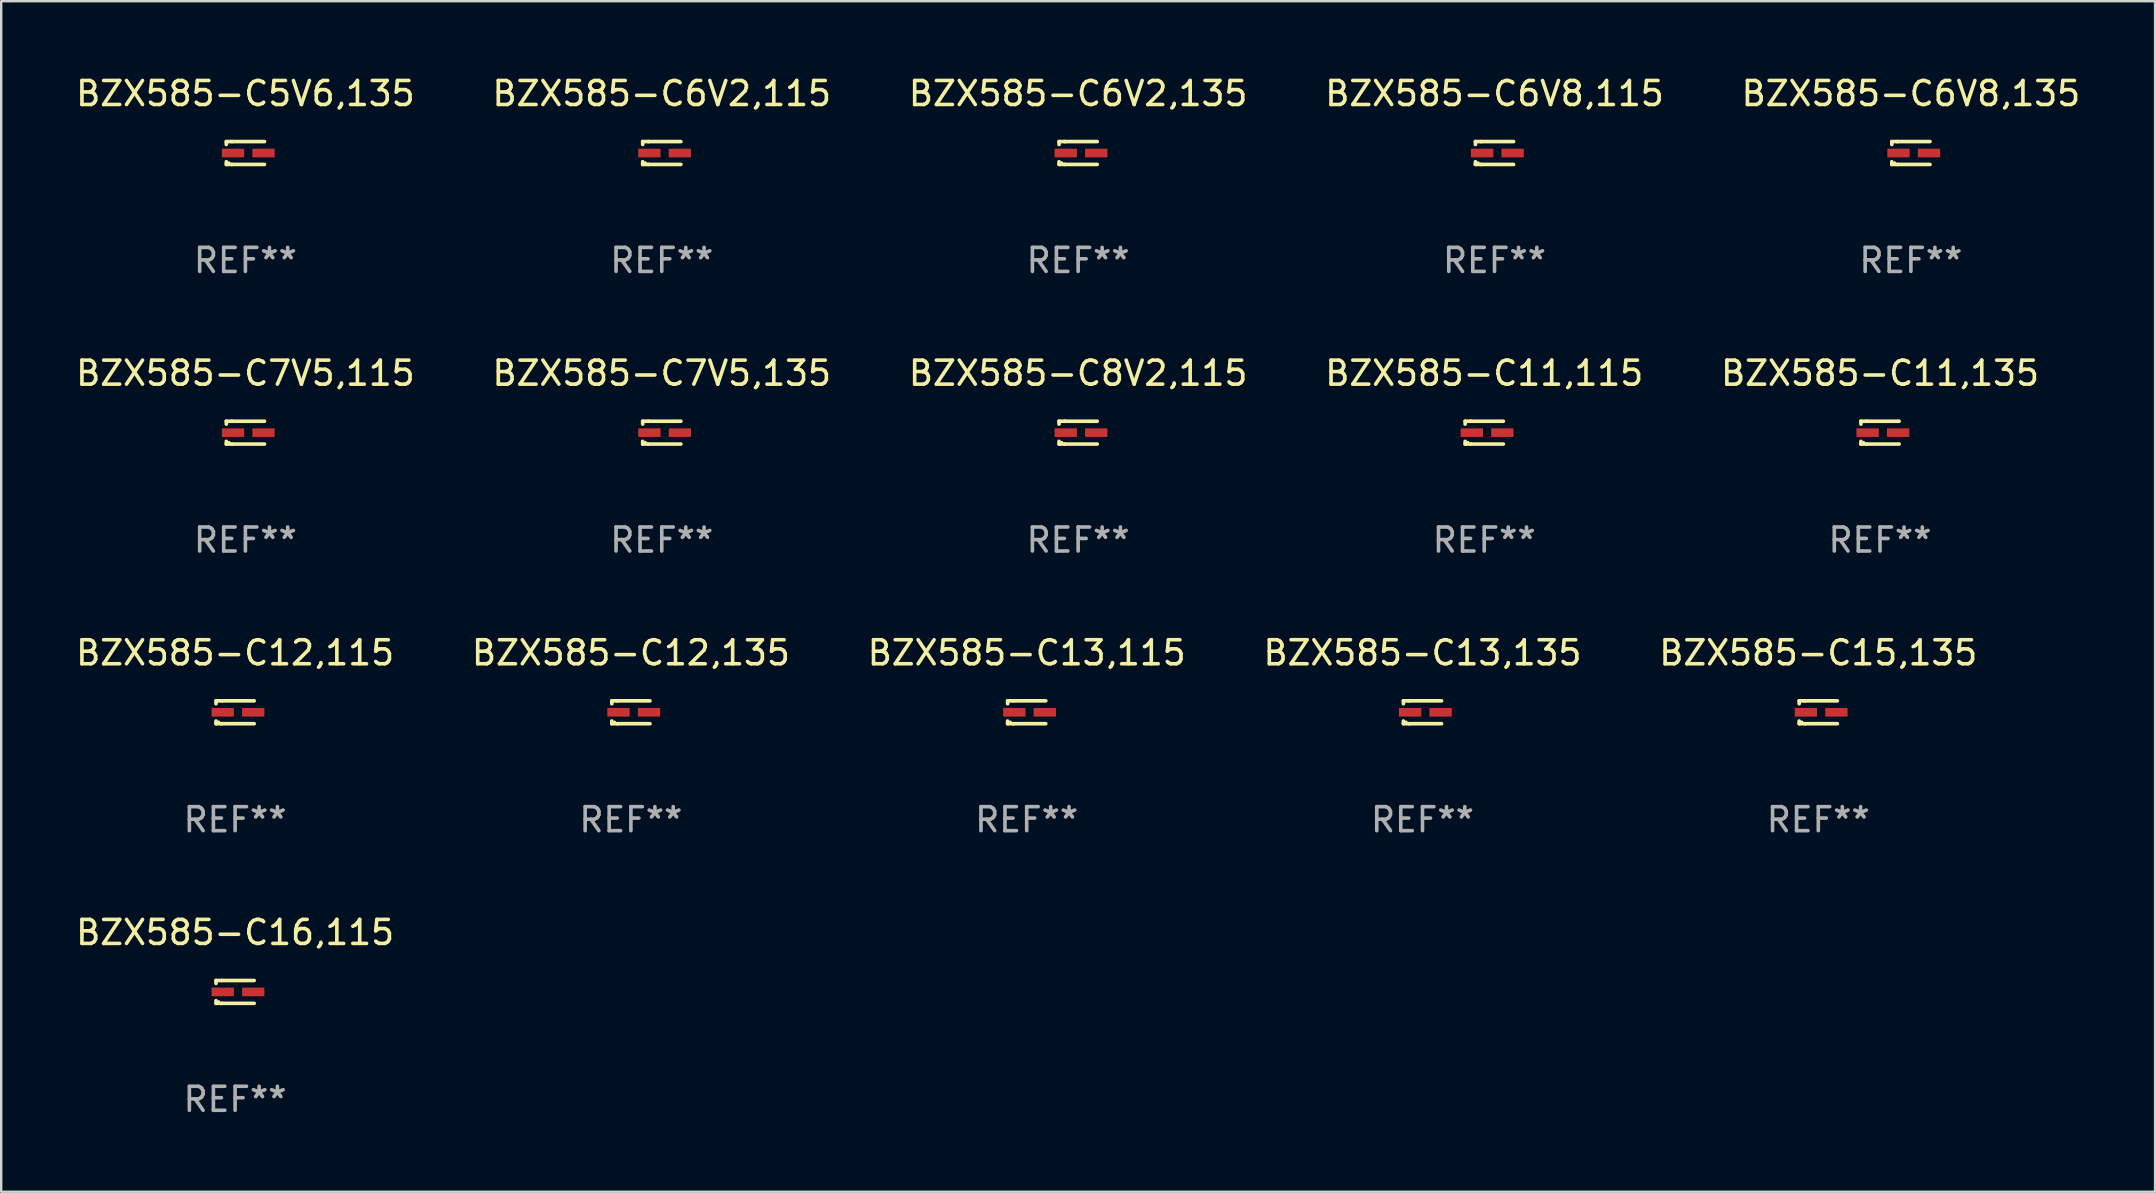
<source format=kicad_pcb>
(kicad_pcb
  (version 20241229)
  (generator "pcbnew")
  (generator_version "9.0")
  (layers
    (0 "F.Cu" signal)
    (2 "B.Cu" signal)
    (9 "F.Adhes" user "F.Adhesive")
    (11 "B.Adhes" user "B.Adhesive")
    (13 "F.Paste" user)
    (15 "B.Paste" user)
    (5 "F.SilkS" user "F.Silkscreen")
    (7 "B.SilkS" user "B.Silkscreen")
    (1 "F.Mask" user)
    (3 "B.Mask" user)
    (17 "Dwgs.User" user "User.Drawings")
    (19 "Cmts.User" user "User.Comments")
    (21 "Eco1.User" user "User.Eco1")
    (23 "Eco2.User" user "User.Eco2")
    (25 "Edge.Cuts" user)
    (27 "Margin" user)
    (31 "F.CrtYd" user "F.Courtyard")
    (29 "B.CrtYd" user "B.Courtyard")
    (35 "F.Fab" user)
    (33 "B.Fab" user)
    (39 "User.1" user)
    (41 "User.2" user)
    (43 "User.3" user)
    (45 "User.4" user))
  (footprint "BZX585-C11,135"
    (layer "F.Cu")
    (at 75.268 14.973)
    (property "Reference" "BZX585-C11,135" (at 0 -2.476 0) (layer "F.SilkS") (effects (font (size 1 1) (thickness 0.15))))
    (attr through_hole)
    (fp_line (start -0.795 -0.476) (end -0.795 -0.356) (stroke (width 0.152) (type solid)) (layer "F.SilkS"))
    (fp_line (start -0.795 0.363) (end -0.795 0.476) (stroke (width 0.152) (type solid)) (layer "F.SilkS"))
    (fp_line (start -0.795 0.476) (end -0.557 0.476) (stroke (width 0.152) (type solid)) (layer "F.SilkS"))
    (fp_line (start -0.557 -0.476) (end -0.795 -0.476) (stroke (width 0.152) (type solid)) (layer "F.SilkS"))
    (fp_line (start -0.557 -0.476) (end 0.795 -0.476) (stroke (width 0.152) (type solid)) (layer "F.SilkS"))
    (fp_line (start -0.557 0.476) (end 0.795 0.476) (stroke (width 0.152) (type solid)) (layer "F.SilkS"))
    (fp_circle (center -0.681 0.4) (end -0.651 0.4) (stroke (width 0.06) (type solid)) (fill no) (layer "F.SilkS"))
    (fp_text user "REF**" (at 0 4.476 0) (layer "F.Fab") (effects (font (size 1 1) (thickness 0.15))))
    (pad "1" smd rect (at -0.516 0 180) (size 0.93 0.36) (layers "F.Cu" "F.Mask" "F.Paste"))
    (pad "2" smd rect (at 0.754 0 180) (size 0.93 0.36) (layers "F.Cu" "F.Mask" "F.Paste")))
  (footprint "BZX585-C5V6,135"
    (layer "F.Cu")
    (at 7.173 3.324)
    (property "Reference" "BZX585-C5V6,135" (at 0 -2.476 0) (layer "F.SilkS") (effects (font (size 1 1) (thickness 0.15))))
    (attr through_hole)
    (fp_line (start -0.795 -0.476) (end -0.795 -0.356) (stroke (width 0.152) (type solid)) (layer "F.SilkS"))
    (fp_line (start -0.795 0.363) (end -0.795 0.476) (stroke (width 0.152) (type solid)) (layer "F.SilkS"))
    (fp_line (start -0.795 0.476) (end -0.557 0.476) (stroke (width 0.152) (type solid)) (layer "F.SilkS"))
    (fp_line (start -0.557 -0.476) (end -0.795 -0.476) (stroke (width 0.152) (type solid)) (layer "F.SilkS"))
    (fp_line (start -0.557 -0.476) (end 0.795 -0.476) (stroke (width 0.152) (type solid)) (layer "F.SilkS"))
    (fp_line (start -0.557 0.476) (end 0.795 0.476) (stroke (width 0.152) (type solid)) (layer "F.SilkS"))
    (fp_circle (center -0.681 0.4) (end -0.651 0.4) (stroke (width 0.06) (type solid)) (fill no) (layer "F.SilkS"))
    (fp_text user "REF**" (at 0 4.476 0) (layer "F.Fab") (effects (font (size 1 1) (thickness 0.15))))
    (pad "1" smd rect (at -0.516 0 180) (size 0.93 0.36) (layers "F.Cu" "F.Mask" "F.Paste"))
    (pad "2" smd rect (at 0.754 0 180) (size 0.93 0.36) (layers "F.Cu" "F.Mask" "F.Paste")))
  (footprint "BZX585-C6V8,115"
    (layer "F.Cu")
    (at 59.208 3.324)
    (property "Reference" "BZX585-C6V8,115" (at 0 -2.476 0) (layer "F.SilkS") (effects (font (size 1 1) (thickness 0.15))))
    (attr through_hole)
    (fp_line (start -0.795 -0.476) (end -0.795 -0.356) (stroke (width 0.152) (type solid)) (layer "F.SilkS"))
    (fp_line (start -0.795 0.363) (end -0.795 0.476) (stroke (width 0.152) (type solid)) (layer "F.SilkS"))
    (fp_line (start -0.795 0.476) (end -0.557 0.476) (stroke (width 0.152) (type solid)) (layer "F.SilkS"))
    (fp_line (start -0.557 -0.476) (end -0.795 -0.476) (stroke (width 0.152) (type solid)) (layer "F.SilkS"))
    (fp_line (start -0.557 -0.476) (end 0.795 -0.476) (stroke (width 0.152) (type solid)) (layer "F.SilkS"))
    (fp_line (start -0.557 0.476) (end 0.795 0.476) (stroke (width 0.152) (type solid)) (layer "F.SilkS"))
    (fp_circle (center -0.681 0.4) (end -0.651 0.4) (stroke (width 0.06) (type solid)) (fill no) (layer "F.SilkS"))
    (fp_text user "REF**" (at 0 4.476 0) (layer "F.Fab") (effects (font (size 1 1) (thickness 0.15))))
    (pad "1" smd rect (at -0.516 0 180) (size 0.93 0.36) (layers "F.Cu" "F.Mask" "F.Paste"))
    (pad "2" smd rect (at 0.754 0 180) (size 0.93 0.36) (layers "F.Cu" "F.Mask" "F.Paste")))
  (footprint "BZX585-C8V2,115"
    (layer "F.Cu")
    (at 41.863 14.973)
    (property "Reference" "BZX585-C8V2,115" (at 0 -2.476 0) (layer "F.SilkS") (effects (font (size 1 1) (thickness 0.15))))
    (attr through_hole)
    (fp_line (start -0.795 -0.476) (end -0.795 -0.356) (stroke (width 0.152) (type solid)) (layer "F.SilkS"))
    (fp_line (start -0.795 0.363) (end -0.795 0.476) (stroke (width 0.152) (type solid)) (layer "F.SilkS"))
    (fp_line (start -0.795 0.476) (end -0.557 0.476) (stroke (width 0.152) (type solid)) (layer "F.SilkS"))
    (fp_line (start -0.557 -0.476) (end -0.795 -0.476) (stroke (width 0.152) (type solid)) (layer "F.SilkS"))
    (fp_line (start -0.557 -0.476) (end 0.795 -0.476) (stroke (width 0.152) (type solid)) (layer "F.SilkS"))
    (fp_line (start -0.557 0.476) (end 0.795 0.476) (stroke (width 0.152) (type solid)) (layer "F.SilkS"))
    (fp_circle (center -0.681 0.4) (end -0.651 0.4) (stroke (width 0.06) (type solid)) (fill no) (layer "F.SilkS"))
    (fp_text user "REF**" (at 0 4.476 0) (layer "F.Fab") (effects (font (size 1 1) (thickness 0.15))))
    (pad "1" smd rect (at -0.516 0 180) (size 0.93 0.36) (layers "F.Cu" "F.Mask" "F.Paste"))
    (pad "2" smd rect (at 0.754 0 180) (size 0.93 0.36) (layers "F.Cu" "F.Mask" "F.Paste")))
  (footprint "BZX585-C7V5,135"
    (layer "F.Cu")
    (at 24.518 14.973)
    (property "Reference" "BZX585-C7V5,135" (at 0 -2.476 0) (layer "F.SilkS") (effects (font (size 1 1) (thickness 0.15))))
    (attr through_hole)
    (fp_line (start -0.795 -0.476) (end -0.795 -0.356) (stroke (width 0.152) (type solid)) (layer "F.SilkS"))
    (fp_line (start -0.795 0.363) (end -0.795 0.476) (stroke (width 0.152) (type solid)) (layer "F.SilkS"))
    (fp_line (start -0.795 0.476) (end -0.557 0.476) (stroke (width 0.152) (type solid)) (layer "F.SilkS"))
    (fp_line (start -0.557 -0.476) (end -0.795 -0.476) (stroke (width 0.152) (type solid)) (layer "F.SilkS"))
    (fp_line (start -0.557 -0.476) (end 0.795 -0.476) (stroke (width 0.152) (type solid)) (layer "F.SilkS"))
    (fp_line (start -0.557 0.476) (end 0.795 0.476) (stroke (width 0.152) (type solid)) (layer "F.SilkS"))
    (fp_circle (center -0.681 0.4) (end -0.651 0.4) (stroke (width 0.06) (type solid)) (fill no) (layer "F.SilkS"))
    (fp_text user "REF**" (at 0 4.476 0) (layer "F.Fab") (effects (font (size 1 1) (thickness 0.15))))
    (pad "1" smd rect (at -0.516 0 180) (size 0.93 0.36) (layers "F.Cu" "F.Mask" "F.Paste"))
    (pad "2" smd rect (at 0.754 0 180) (size 0.93 0.36) (layers "F.Cu" "F.Mask" "F.Paste")))
  (footprint "BZX585-C11,115"
    (layer "F.Cu")
    (at 58.78 14.973)
    (property "Reference" "BZX585-C11,115" (at 0 -2.476 0) (layer "F.SilkS") (effects (font (size 1 1) (thickness 0.15))))
    (attr through_hole)
    (fp_line (start -0.795 -0.476) (end -0.795 -0.356) (stroke (width 0.152) (type solid)) (layer "F.SilkS"))
    (fp_line (start -0.795 0.363) (end -0.795 0.476) (stroke (width 0.152) (type solid)) (layer "F.SilkS"))
    (fp_line (start -0.795 0.476) (end -0.557 0.476) (stroke (width 0.152) (type solid)) (layer "F.SilkS"))
    (fp_line (start -0.557 -0.476) (end -0.795 -0.476) (stroke (width 0.152) (type solid)) (layer "F.SilkS"))
    (fp_line (start -0.557 -0.476) (end 0.795 -0.476) (stroke (width 0.152) (type solid)) (layer "F.SilkS"))
    (fp_line (start -0.557 0.476) (end 0.795 0.476) (stroke (width 0.152) (type solid)) (layer "F.SilkS"))
    (fp_circle (center -0.681 0.4) (end -0.651 0.4) (stroke (width 0.06) (type solid)) (fill no) (layer "F.SilkS"))
    (fp_text user "REF**" (at 0 4.476 0) (layer "F.Fab") (effects (font (size 1 1) (thickness 0.15))))
    (pad "1" smd rect (at -0.516 0 180) (size 0.93 0.36) (layers "F.Cu" "F.Mask" "F.Paste"))
    (pad "2" smd rect (at 0.754 0 180) (size 0.93 0.36) (layers "F.Cu" "F.Mask" "F.Paste")))
  (footprint "BZX585-C6V8,135"
    (layer "F.Cu")
    (at 76.554 3.324)
    (property "Reference" "BZX585-C6V8,135" (at 0 -2.476 0) (layer "F.SilkS") (effects (font (size 1 1) (thickness 0.15))))
    (attr through_hole)
    (fp_line (start -0.795 -0.476) (end -0.795 -0.356) (stroke (width 0.152) (type solid)) (layer "F.SilkS"))
    (fp_line (start -0.795 0.363) (end -0.795 0.476) (stroke (width 0.152) (type solid)) (layer "F.SilkS"))
    (fp_line (start -0.795 0.476) (end -0.557 0.476) (stroke (width 0.152) (type solid)) (layer "F.SilkS"))
    (fp_line (start -0.557 -0.476) (end -0.795 -0.476) (stroke (width 0.152) (type solid)) (layer "F.SilkS"))
    (fp_line (start -0.557 -0.476) (end 0.795 -0.476) (stroke (width 0.152) (type solid)) (layer "F.SilkS"))
    (fp_line (start -0.557 0.476) (end 0.795 0.476) (stroke (width 0.152) (type solid)) (layer "F.SilkS"))
    (fp_circle (center -0.681 0.4) (end -0.651 0.4) (stroke (width 0.06) (type solid)) (fill no) (layer "F.SilkS"))
    (fp_text user "REF**" (at 0 4.476 0) (layer "F.Fab") (effects (font (size 1 1) (thickness 0.15))))
    (pad "1" smd rect (at -0.516 0 180) (size 0.93 0.36) (layers "F.Cu" "F.Mask" "F.Paste"))
    (pad "2" smd rect (at 0.754 0 180) (size 0.93 0.36) (layers "F.Cu" "F.Mask" "F.Paste")))
  (footprint "BZX585-C12,115"
    (layer "F.Cu")
    (at 6.744 26.622)
    (property "Reference" "BZX585-C12,115" (at 0 -2.476 0) (layer "F.SilkS") (effects (font (size 1 1) (thickness 0.15))))
    (attr through_hole)
    (fp_line (start -0.795 -0.476) (end -0.795 -0.356) (stroke (width 0.152) (type solid)) (layer "F.SilkS"))
    (fp_line (start -0.795 0.363) (end -0.795 0.476) (stroke (width 0.152) (type solid)) (layer "F.SilkS"))
    (fp_line (start -0.795 0.476) (end -0.557 0.476) (stroke (width 0.152) (type solid)) (layer "F.SilkS"))
    (fp_line (start -0.557 -0.476) (end -0.795 -0.476) (stroke (width 0.152) (type solid)) (layer "F.SilkS"))
    (fp_line (start -0.557 -0.476) (end 0.795 -0.476) (stroke (width 0.152) (type solid)) (layer "F.SilkS"))
    (fp_line (start -0.557 0.476) (end 0.795 0.476) (stroke (width 0.152) (type solid)) (layer "F.SilkS"))
    (fp_circle (center -0.681 0.4) (end -0.651 0.4) (stroke (width 0.06) (type solid)) (fill no) (layer "F.SilkS"))
    (fp_text user "REF**" (at 0 4.476 0) (layer "F.Fab") (effects (font (size 1 1) (thickness 0.15))))
    (pad "1" smd rect (at -0.516 0 180) (size 0.93 0.36) (layers "F.Cu" "F.Mask" "F.Paste"))
    (pad "2" smd rect (at 0.754 0 180) (size 0.93 0.36) (layers "F.Cu" "F.Mask" "F.Paste")))
  (footprint "BZX585-C15,135"
    (layer "F.Cu")
    (at 72.696 26.622)
    (property "Reference" "BZX585-C15,135" (at 0 -2.476 0) (layer "F.SilkS") (effects (font (size 1 1) (thickness 0.15))))
    (attr through_hole)
    (fp_line (start -0.795 -0.476) (end -0.795 -0.356) (stroke (width 0.152) (type solid)) (layer "F.SilkS"))
    (fp_line (start -0.795 0.363) (end -0.795 0.476) (stroke (width 0.152) (type solid)) (layer "F.SilkS"))
    (fp_line (start -0.795 0.476) (end -0.557 0.476) (stroke (width 0.152) (type solid)) (layer "F.SilkS"))
    (fp_line (start -0.557 -0.476) (end -0.795 -0.476) (stroke (width 0.152) (type solid)) (layer "F.SilkS"))
    (fp_line (start -0.557 -0.476) (end 0.795 -0.476) (stroke (width 0.152) (type solid)) (layer "F.SilkS"))
    (fp_line (start -0.557 0.476) (end 0.795 0.476) (stroke (width 0.152) (type solid)) (layer "F.SilkS"))
    (fp_circle (center -0.681 0.4) (end -0.651 0.4) (stroke (width 0.06) (type solid)) (fill no) (layer "F.SilkS"))
    (fp_text user "REF**" (at 0 4.476 0) (layer "F.Fab") (effects (font (size 1 1) (thickness 0.15))))
    (pad "1" smd rect (at -0.516 0 180) (size 0.93 0.36) (layers "F.Cu" "F.Mask" "F.Paste"))
    (pad "2" smd rect (at 0.754 0 180) (size 0.93 0.36) (layers "F.Cu" "F.Mask" "F.Paste")))
  (footprint "BZX585-C6V2,115"
    (layer "F.Cu")
    (at 24.518 3.324)
    (property "Reference" "BZX585-C6V2,115" (at 0 -2.476 0) (layer "F.SilkS") (effects (font (size 1 1) (thickness 0.15))))
    (attr through_hole)
    (fp_line (start -0.795 -0.476) (end -0.795 -0.356) (stroke (width 0.152) (type solid)) (layer "F.SilkS"))
    (fp_line (start -0.795 0.363) (end -0.795 0.476) (stroke (width 0.152) (type solid)) (layer "F.SilkS"))
    (fp_line (start -0.795 0.476) (end -0.557 0.476) (stroke (width 0.152) (type solid)) (layer "F.SilkS"))
    (fp_line (start -0.557 -0.476) (end -0.795 -0.476) (stroke (width 0.152) (type solid)) (layer "F.SilkS"))
    (fp_line (start -0.557 -0.476) (end 0.795 -0.476) (stroke (width 0.152) (type solid)) (layer "F.SilkS"))
    (fp_line (start -0.557 0.476) (end 0.795 0.476) (stroke (width 0.152) (type solid)) (layer "F.SilkS"))
    (fp_circle (center -0.681 0.4) (end -0.651 0.4) (stroke (width 0.06) (type solid)) (fill no) (layer "F.SilkS"))
    (fp_text user "REF**" (at 0 4.476 0) (layer "F.Fab") (effects (font (size 1 1) (thickness 0.15))))
    (pad "1" smd rect (at -0.516 0 180) (size 0.93 0.36) (layers "F.Cu" "F.Mask" "F.Paste"))
    (pad "2" smd rect (at 0.754 0 180) (size 0.93 0.36) (layers "F.Cu" "F.Mask" "F.Paste")))
  (footprint "BZX585-C12,135"
    (layer "F.Cu")
    (at 23.232 26.622)
    (property "Reference" "BZX585-C12,135" (at 0 -2.476 0) (layer "F.SilkS") (effects (font (size 1 1) (thickness 0.15))))
    (attr through_hole)
    (fp_line (start -0.795 -0.476) (end -0.795 -0.356) (stroke (width 0.152) (type solid)) (layer "F.SilkS"))
    (fp_line (start -0.795 0.363) (end -0.795 0.476) (stroke (width 0.152) (type solid)) (layer "F.SilkS"))
    (fp_line (start -0.795 0.476) (end -0.557 0.476) (stroke (width 0.152) (type solid)) (layer "F.SilkS"))
    (fp_line (start -0.557 -0.476) (end -0.795 -0.476) (stroke (width 0.152) (type solid)) (layer "F.SilkS"))
    (fp_line (start -0.557 -0.476) (end 0.795 -0.476) (stroke (width 0.152) (type solid)) (layer "F.SilkS"))
    (fp_line (start -0.557 0.476) (end 0.795 0.476) (stroke (width 0.152) (type solid)) (layer "F.SilkS"))
    (fp_circle (center -0.681 0.4) (end -0.651 0.4) (stroke (width 0.06) (type solid)) (fill no) (layer "F.SilkS"))
    (fp_text user "REF**" (at 0 4.476 0) (layer "F.Fab") (effects (font (size 1 1) (thickness 0.15))))
    (pad "1" smd rect (at -0.516 0 180) (size 0.93 0.36) (layers "F.Cu" "F.Mask" "F.Paste"))
    (pad "2" smd rect (at 0.754 0 180) (size 0.93 0.36) (layers "F.Cu" "F.Mask" "F.Paste")))
  (footprint "BZX585-C6V2,135"
    (layer "F.Cu")
    (at 41.863 3.324)
    (property "Reference" "BZX585-C6V2,135" (at 0 -2.476 0) (layer "F.SilkS") (effects (font (size 1 1) (thickness 0.15))))
    (attr through_hole)
    (fp_line (start -0.795 -0.476) (end -0.795 -0.356) (stroke (width 0.152) (type solid)) (layer "F.SilkS"))
    (fp_line (start -0.795 0.363) (end -0.795 0.476) (stroke (width 0.152) (type solid)) (layer "F.SilkS"))
    (fp_line (start -0.795 0.476) (end -0.557 0.476) (stroke (width 0.152) (type solid)) (layer "F.SilkS"))
    (fp_line (start -0.557 -0.476) (end -0.795 -0.476) (stroke (width 0.152) (type solid)) (layer "F.SilkS"))
    (fp_line (start -0.557 -0.476) (end 0.795 -0.476) (stroke (width 0.152) (type solid)) (layer "F.SilkS"))
    (fp_line (start -0.557 0.476) (end 0.795 0.476) (stroke (width 0.152) (type solid)) (layer "F.SilkS"))
    (fp_circle (center -0.681 0.4) (end -0.651 0.4) (stroke (width 0.06) (type solid)) (fill no) (layer "F.SilkS"))
    (fp_text user "REF**" (at 0 4.476 0) (layer "F.Fab") (effects (font (size 1 1) (thickness 0.15))))
    (pad "1" smd rect (at -0.516 0 180) (size 0.93 0.36) (layers "F.Cu" "F.Mask" "F.Paste"))
    (pad "2" smd rect (at 0.754 0 180) (size 0.93 0.36) (layers "F.Cu" "F.Mask" "F.Paste")))
  (footprint "BZX585-C13,115"
    (layer "F.Cu")
    (at 39.72 26.622)
    (property "Reference" "BZX585-C13,115" (at 0 -2.476 0) (layer "F.SilkS") (effects (font (size 1 1) (thickness 0.15))))
    (attr through_hole)
    (fp_line (start -0.795 -0.476) (end -0.795 -0.356) (stroke (width 0.152) (type solid)) (layer "F.SilkS"))
    (fp_line (start -0.795 0.363) (end -0.795 0.476) (stroke (width 0.152) (type solid)) (layer "F.SilkS"))
    (fp_line (start -0.795 0.476) (end -0.557 0.476) (stroke (width 0.152) (type solid)) (layer "F.SilkS"))
    (fp_line (start -0.557 -0.476) (end -0.795 -0.476) (stroke (width 0.152) (type solid)) (layer "F.SilkS"))
    (fp_line (start -0.557 -0.476) (end 0.795 -0.476) (stroke (width 0.152) (type solid)) (layer "F.SilkS"))
    (fp_line (start -0.557 0.476) (end 0.795 0.476) (stroke (width 0.152) (type solid)) (layer "F.SilkS"))
    (fp_circle (center -0.681 0.4) (end -0.651 0.4) (stroke (width 0.06) (type solid)) (fill no) (layer "F.SilkS"))
    (fp_text user "REF**" (at 0 4.476 0) (layer "F.Fab") (effects (font (size 1 1) (thickness 0.15))))
    (pad "1" smd rect (at -0.516 0 180) (size 0.93 0.36) (layers "F.Cu" "F.Mask" "F.Paste"))
    (pad "2" smd rect (at 0.754 0 180) (size 0.93 0.36) (layers "F.Cu" "F.Mask" "F.Paste")))
  (footprint "BZX585-C13,135"
    (layer "F.Cu")
    (at 56.208 26.622)
    (property "Reference" "BZX585-C13,135" (at 0 -2.476 0) (layer "F.SilkS") (effects (font (size 1 1) (thickness 0.15))))
    (attr through_hole)
    (fp_line (start -0.795 -0.476) (end -0.795 -0.356) (stroke (width 0.152) (type solid)) (layer "F.SilkS"))
    (fp_line (start -0.795 0.363) (end -0.795 0.476) (stroke (width 0.152) (type solid)) (layer "F.SilkS"))
    (fp_line (start -0.795 0.476) (end -0.557 0.476) (stroke (width 0.152) (type solid)) (layer "F.SilkS"))
    (fp_line (start -0.557 -0.476) (end -0.795 -0.476) (stroke (width 0.152) (type solid)) (layer "F.SilkS"))
    (fp_line (start -0.557 -0.476) (end 0.795 -0.476) (stroke (width 0.152) (type solid)) (layer "F.SilkS"))
    (fp_line (start -0.557 0.476) (end 0.795 0.476) (stroke (width 0.152) (type solid)) (layer "F.SilkS"))
    (fp_circle (center -0.681 0.4) (end -0.651 0.4) (stroke (width 0.06) (type solid)) (fill no) (layer "F.SilkS"))
    (fp_text user "REF**" (at 0 4.476 0) (layer "F.Fab") (effects (font (size 1 1) (thickness 0.15))))
    (pad "1" smd rect (at -0.516 0 180) (size 0.93 0.36) (layers "F.Cu" "F.Mask" "F.Paste"))
    (pad "2" smd rect (at 0.754 0 180) (size 0.93 0.36) (layers "F.Cu" "F.Mask" "F.Paste")))
  (footprint "BZX585-C7V5,115"
    (layer "F.Cu")
    (at 7.173 14.973)
    (property "Reference" "BZX585-C7V5,115" (at 0 -2.476 0) (layer "F.SilkS") (effects (font (size 1 1) (thickness 0.15))))
    (attr through_hole)
    (fp_line (start -0.795 -0.476) (end -0.795 -0.356) (stroke (width 0.152) (type solid)) (layer "F.SilkS"))
    (fp_line (start -0.795 0.363) (end -0.795 0.476) (stroke (width 0.152) (type solid)) (layer "F.SilkS"))
    (fp_line (start -0.795 0.476) (end -0.557 0.476) (stroke (width 0.152) (type solid)) (layer "F.SilkS"))
    (fp_line (start -0.557 -0.476) (end -0.795 -0.476) (stroke (width 0.152) (type solid)) (layer "F.SilkS"))
    (fp_line (start -0.557 -0.476) (end 0.795 -0.476) (stroke (width 0.152) (type solid)) (layer "F.SilkS"))
    (fp_line (start -0.557 0.476) (end 0.795 0.476) (stroke (width 0.152) (type solid)) (layer "F.SilkS"))
    (fp_circle (center -0.681 0.4) (end -0.651 0.4) (stroke (width 0.06) (type solid)) (fill no) (layer "F.SilkS"))
    (fp_text user "REF**" (at 0 4.476 0) (layer "F.Fab") (effects (font (size 1 1) (thickness 0.15))))
    (pad "1" smd rect (at -0.516 0 180) (size 0.93 0.36) (layers "F.Cu" "F.Mask" "F.Paste"))
    (pad "2" smd rect (at 0.754 0 180) (size 0.93 0.36) (layers "F.Cu" "F.Mask" "F.Paste")))
  (footprint "BZX585-C16,115"
    (layer "F.Cu")
    (at 6.744 38.271)
    (property "Reference" "BZX585-C16,115" (at 0 -2.476 0) (layer "F.SilkS") (effects (font (size 1 1) (thickness 0.15))))
    (attr through_hole)
    (fp_line (start -0.795 -0.476) (end -0.795 -0.356) (stroke (width 0.152) (type solid)) (layer "F.SilkS"))
    (fp_line (start -0.795 0.363) (end -0.795 0.476) (stroke (width 0.152) (type solid)) (layer "F.SilkS"))
    (fp_line (start -0.795 0.476) (end -0.557 0.476) (stroke (width 0.152) (type solid)) (layer "F.SilkS"))
    (fp_line (start -0.557 -0.476) (end -0.795 -0.476) (stroke (width 0.152) (type solid)) (layer "F.SilkS"))
    (fp_line (start -0.557 -0.476) (end 0.795 -0.476) (stroke (width 0.152) (type solid)) (layer "F.SilkS"))
    (fp_line (start -0.557 0.476) (end 0.795 0.476) (stroke (width 0.152) (type solid)) (layer "F.SilkS"))
    (fp_circle (center -0.681 0.4) (end -0.651 0.4) (stroke (width 0.06) (type solid)) (fill no) (layer "F.SilkS"))
    (fp_text user "REF**" (at 0 4.476 0) (layer "F.Fab") (effects (font (size 1 1) (thickness 0.15))))
    (pad "1" smd rect (at -0.516 0 180) (size 0.93 0.36) (layers "F.Cu" "F.Mask" "F.Paste"))
    (pad "2" smd rect (at 0.754 0 180) (size 0.93 0.36) (layers "F.Cu" "F.Mask" "F.Paste")))
  (gr_rect
    (start -3 -3)
    (end 86.726 46.596)
    (stroke (width 0.1) (type default))
    (fill no)
    (layer "Edge.Cuts")))
</source>
